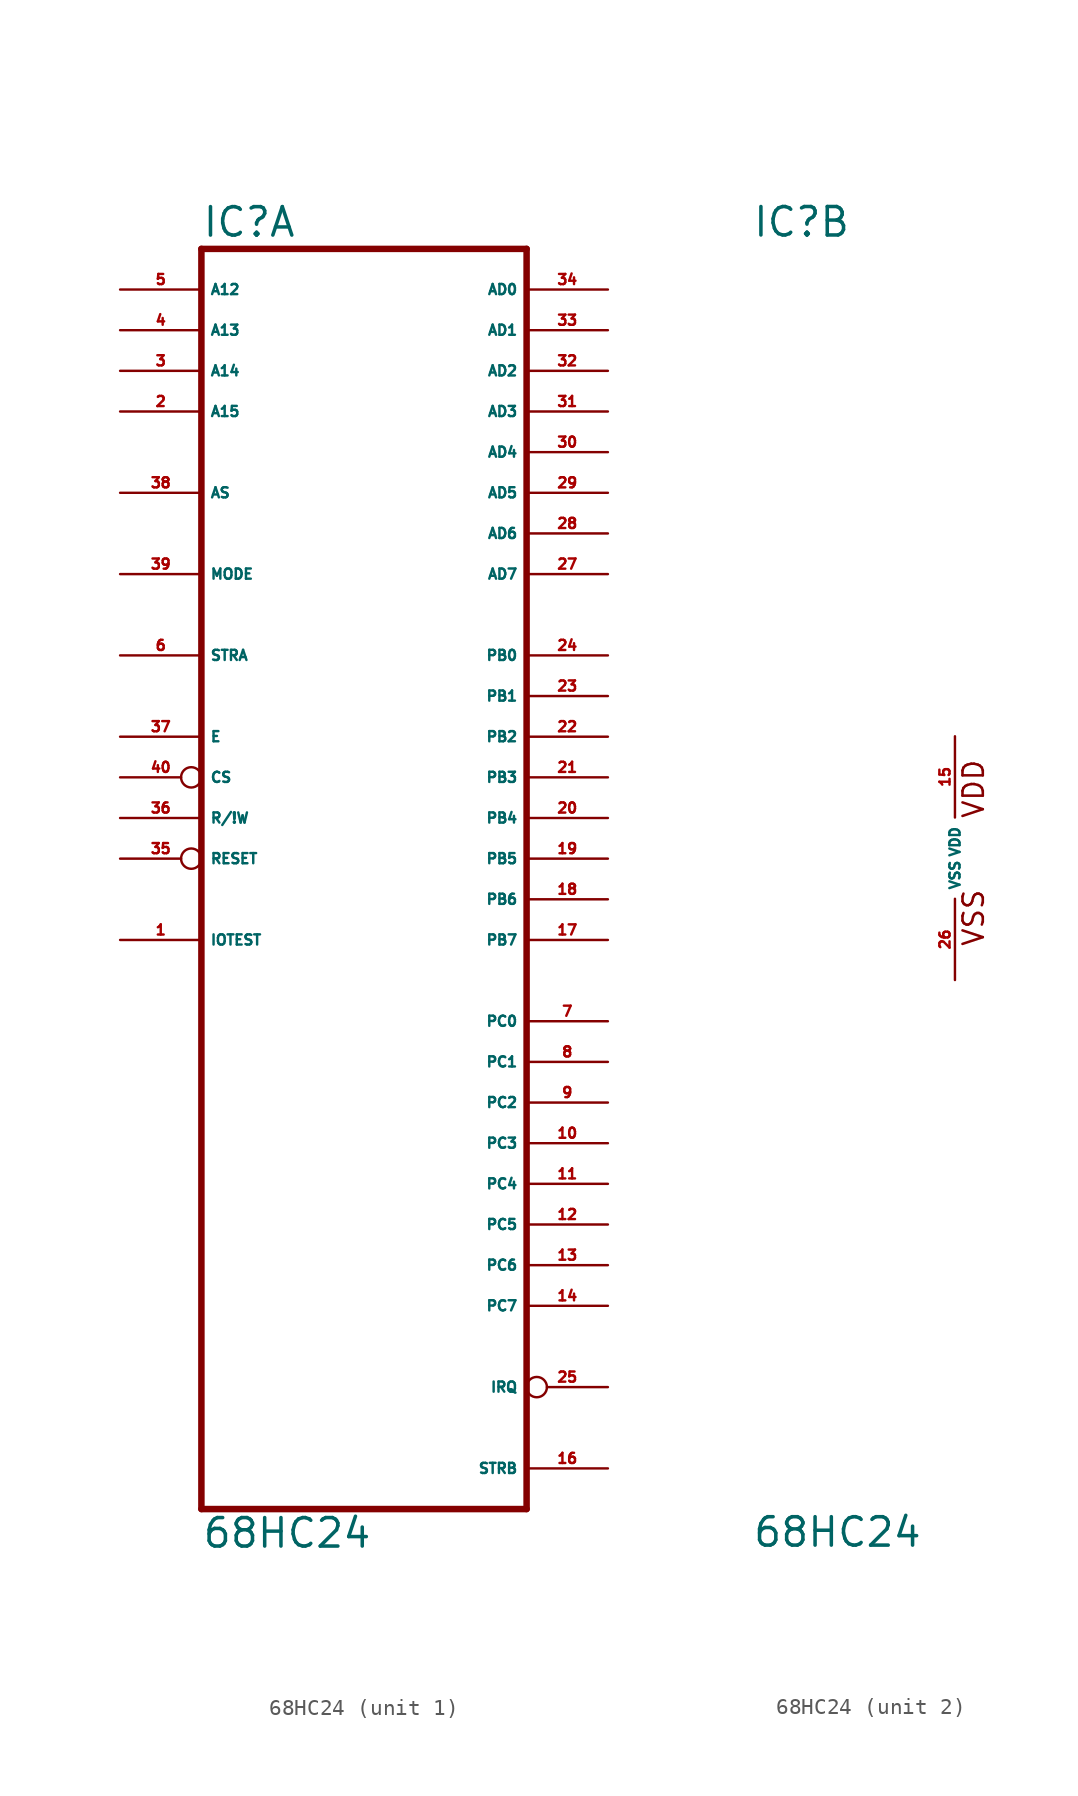
<source format=kicad_sym>
(kicad_symbol_lib
  (version 20220914)
  (generator Eagle2Kicad)
  (symbol "68HC24"
    (property "Reference" "IC"
      (at -12.7 38.735 0)
      (effects (font (size 1.778 1.778) (thickness 0.22)) (justify left bottom)))
    (property "Value" "68HC24"
      (at -12.7 -43.18 0)
      (effects (font (size 1.778 1.778) (thickness 0.22)) (justify left bottom)))
    (symbol "68HC24_1_0"
      (polyline (pts (xy -12.7 -40.64) (xy 7.62 -40.64)) (stroke (width 0.406) (type default)) (fill (type none)))
      (polyline (pts (xy 7.62 -40.64) (xy 7.62 38.1)) (stroke (width 0.406) (type default)) (fill (type none)))
      (polyline (pts (xy 7.62 38.1) (xy -12.7 38.1)) (stroke (width 0.406) (type default)) (fill (type none)))
      (polyline (pts (xy -12.7 38.1) (xy -12.7 -40.64)) (stroke (width 0.406) (type default)) (fill (type none)))
      (pin input line (at -17.78 -5.08 0) (length 5.08) (name "IOTEST" (effects (font (size 0.635 0.635) (thickness 0.08)) (justify left bottom))) (number "1" (effects (font (size 0.635 0.635) (thickness 0.08)) (justify left bottom))))
      (pin input line (at -17.78 27.94 0) (length 5.08) (name "A15" (effects (font (size 0.635 0.635) (thickness 0.08)) (justify left bottom))) (number "2" (effects (font (size 0.635 0.635) (thickness 0.08)) (justify left bottom))))
      (pin input line (at -17.78 30.48 0) (length 5.08) (name "A14" (effects (font (size 0.635 0.635) (thickness 0.08)) (justify left bottom))) (number "3" (effects (font (size 0.635 0.635) (thickness 0.08)) (justify left bottom))))
      (pin input line (at -17.78 33.02 0) (length 5.08) (name "A13" (effects (font (size 0.635 0.635) (thickness 0.08)) (justify left bottom))) (number "4" (effects (font (size 0.635 0.635) (thickness 0.08)) (justify left bottom))))
      (pin input line (at -17.78 35.56 0) (length 5.08) (name "A12" (effects (font (size 0.635 0.635) (thickness 0.08)) (justify left bottom))) (number "5" (effects (font (size 0.635 0.635) (thickness 0.08)) (justify left bottom))))
      (pin input line (at -17.78 12.7 0) (length 5.08) (name "STRA" (effects (font (size 0.635 0.635) (thickness 0.08)) (justify left bottom))) (number "6" (effects (font (size 0.635 0.635) (thickness 0.08)) (justify left bottom))))
      (pin bidirectional line (at 12.7 -10.16 180) (length 5.08) (name "PC0" (effects (font (size 0.635 0.635) (thickness 0.08)) (justify left bottom))) (number "7" (effects (font (size 0.635 0.635) (thickness 0.08)) (justify left bottom))))
      (pin bidirectional line (at 12.7 -12.7 180) (length 5.08) (name "PC1" (effects (font (size 0.635 0.635) (thickness 0.08)) (justify left bottom))) (number "8" (effects (font (size 0.635 0.635) (thickness 0.08)) (justify left bottom))))
      (pin bidirectional line (at 12.7 -15.24 180) (length 5.08) (name "PC2" (effects (font (size 0.635 0.635) (thickness 0.08)) (justify left bottom))) (number "9" (effects (font (size 0.635 0.635) (thickness 0.08)) (justify left bottom))))
      (pin bidirectional line (at 12.7 -17.78 180) (length 5.08) (name "PC3" (effects (font (size 0.635 0.635) (thickness 0.08)) (justify left bottom))) (number "10" (effects (font (size 0.635 0.635) (thickness 0.08)) (justify left bottom))))
      (pin bidirectional line (at 12.7 -20.32 180) (length 5.08) (name "PC4" (effects (font (size 0.635 0.635) (thickness 0.08)) (justify left bottom))) (number "11" (effects (font (size 0.635 0.635) (thickness 0.08)) (justify left bottom))))
      (pin bidirectional line (at 12.7 -22.86 180) (length 5.08) (name "PC5" (effects (font (size 0.635 0.635) (thickness 0.08)) (justify left bottom))) (number "12" (effects (font (size 0.635 0.635) (thickness 0.08)) (justify left bottom))))
      (pin bidirectional line (at 12.7 -25.4 180) (length 5.08) (name "PC6" (effects (font (size 0.635 0.635) (thickness 0.08)) (justify left bottom))) (number "13" (effects (font (size 0.635 0.635) (thickness 0.08)) (justify left bottom))))
      (pin bidirectional line (at 12.7 -27.94 180) (length 5.08) (name "PC7" (effects (font (size 0.635 0.635) (thickness 0.08)) (justify left bottom))) (number "14" (effects (font (size 0.635 0.635) (thickness 0.08)) (justify left bottom))))
      (pin output line (at 12.7 -38.1 180) (length 5.08) (name "STRB" (effects (font (size 0.635 0.635) (thickness 0.08)) (justify left bottom))) (number "16" (effects (font (size 0.635 0.635) (thickness 0.08)) (justify left bottom))))
      (pin output line (at 12.7 -5.08 180) (length 5.08) (name "PB7" (effects (font (size 0.635 0.635) (thickness 0.08)) (justify left bottom))) (number "17" (effects (font (size 0.635 0.635) (thickness 0.08)) (justify left bottom))))
      (pin output line (at 12.7 -2.54 180) (length 5.08) (name "PB6" (effects (font (size 0.635 0.635) (thickness 0.08)) (justify left bottom))) (number "18" (effects (font (size 0.635 0.635) (thickness 0.08)) (justify left bottom))))
      (pin output line (at 12.7 0 180) (length 5.08) (name "PB5" (effects (font (size 0.635 0.635) (thickness 0.08)) (justify left bottom))) (number "19" (effects (font (size 0.635 0.635) (thickness 0.08)) (justify left bottom))))
      (pin output line (at 12.7 2.54 180) (length 5.08) (name "PB4" (effects (font (size 0.635 0.635) (thickness 0.08)) (justify left bottom))) (number "20" (effects (font (size 0.635 0.635) (thickness 0.08)) (justify left bottom))))
      (pin output line (at 12.7 5.08 180) (length 5.08) (name "PB3" (effects (font (size 0.635 0.635) (thickness 0.08)) (justify left bottom))) (number "21" (effects (font (size 0.635 0.635) (thickness 0.08)) (justify left bottom))))
      (pin output line (at 12.7 7.62 180) (length 5.08) (name "PB2" (effects (font (size 0.635 0.635) (thickness 0.08)) (justify left bottom))) (number "22" (effects (font (size 0.635 0.635) (thickness 0.08)) (justify left bottom))))
      (pin output line (at 12.7 10.16 180) (length 5.08) (name "PB1" (effects (font (size 0.635 0.635) (thickness 0.08)) (justify left bottom))) (number "23" (effects (font (size 0.635 0.635) (thickness 0.08)) (justify left bottom))))
      (pin output line (at 12.7 12.7 180) (length 5.08) (name "PB0" (effects (font (size 0.635 0.635) (thickness 0.08)) (justify left bottom))) (number "24" (effects (font (size 0.635 0.635) (thickness 0.08)) (justify left bottom))))
      (pin output inverted (at 12.7 -33.02 180) (length 5.08) (name "IRQ" (effects (font (size 0.635 0.635) (thickness 0.08)) (justify left bottom))) (number "25" (effects (font (size 0.635 0.635) (thickness 0.08)) (justify left bottom))))
      (pin bidirectional line (at 12.7 17.78 180) (length 5.08) (name "AD7" (effects (font (size 0.635 0.635) (thickness 0.08)) (justify left bottom))) (number "27" (effects (font (size 0.635 0.635) (thickness 0.08)) (justify left bottom))))
      (pin bidirectional line (at 12.7 20.32 180) (length 5.08) (name "AD6" (effects (font (size 0.635 0.635) (thickness 0.08)) (justify left bottom))) (number "28" (effects (font (size 0.635 0.635) (thickness 0.08)) (justify left bottom))))
      (pin bidirectional line (at 12.7 22.86 180) (length 5.08) (name "AD5" (effects (font (size 0.635 0.635) (thickness 0.08)) (justify left bottom))) (number "29" (effects (font (size 0.635 0.635) (thickness 0.08)) (justify left bottom))))
      (pin bidirectional line (at 12.7 25.4 180) (length 5.08) (name "AD4" (effects (font (size 0.635 0.635) (thickness 0.08)) (justify left bottom))) (number "30" (effects (font (size 0.635 0.635) (thickness 0.08)) (justify left bottom))))
      (pin bidirectional line (at 12.7 27.94 180) (length 5.08) (name "AD3" (effects (font (size 0.635 0.635) (thickness 0.08)) (justify left bottom))) (number "31" (effects (font (size 0.635 0.635) (thickness 0.08)) (justify left bottom))))
      (pin bidirectional line (at 12.7 30.48 180) (length 5.08) (name "AD2" (effects (font (size 0.635 0.635) (thickness 0.08)) (justify left bottom))) (number "32" (effects (font (size 0.635 0.635) (thickness 0.08)) (justify left bottom))))
      (pin bidirectional line (at 12.7 33.02 180) (length 5.08) (name "AD1" (effects (font (size 0.635 0.635) (thickness 0.08)) (justify left bottom))) (number "33" (effects (font (size 0.635 0.635) (thickness 0.08)) (justify left bottom))))
      (pin bidirectional line (at 12.7 35.56 180) (length 5.08) (name "AD0" (effects (font (size 0.635 0.635) (thickness 0.08)) (justify left bottom))) (number "34" (effects (font (size 0.635 0.635) (thickness 0.08)) (justify left bottom))))
      (pin input inverted (at -17.78 0 0) (length 5.08) (name "RESET" (effects (font (size 0.635 0.635) (thickness 0.08)) (justify left bottom))) (number "35" (effects (font (size 0.635 0.635) (thickness 0.08)) (justify left bottom))))
      (pin input line (at -17.78 2.54 0) (length 5.08) (name "R/!W" (effects (font (size 0.635 0.635) (thickness 0.08)) (justify left bottom))) (number "36" (effects (font (size 0.635 0.635) (thickness 0.08)) (justify left bottom))))
      (pin input line (at -17.78 7.62 0) (length 5.08) (name "E" (effects (font (size 0.635 0.635) (thickness 0.08)) (justify left bottom))) (number "37" (effects (font (size 0.635 0.635) (thickness 0.08)) (justify left bottom))))
      (pin input line (at -17.78 22.86 0) (length 5.08) (name "AS" (effects (font (size 0.635 0.635) (thickness 0.08)) (justify left bottom))) (number "38" (effects (font (size 0.635 0.635) (thickness 0.08)) (justify left bottom))))
      (pin input line (at -17.78 17.78 0) (length 5.08) (name "MODE" (effects (font (size 0.635 0.635) (thickness 0.08)) (justify left bottom))) (number "39" (effects (font (size 0.635 0.635) (thickness 0.08)) (justify left bottom))))
      (pin input inverted (at -17.78 5.08 0) (length 5.08) (name "CS" (effects (font (size 0.635 0.635) (thickness 0.08)) (justify left bottom))) (number "40" (effects (font (size 0.635 0.635) (thickness 0.08)) (justify left bottom)))))
    (symbol "68HC24_2_0"
      (text "VSS" (at 1.905 -5.588 900) (effects (font (size 1.27 1.27) (thickness 0.16)) (justify left bottom)))
      (text "VDD" (at 1.905 2.413 900) (effects (font (size 1.27 1.27) (thickness 0.16)) (justify left bottom)))
      (pin unspecified line (at 0 -7.62 90) (length 5.08) (name "VSS" (effects (font (size 0.635 0.635) (thickness 0.08)) (justify left bottom))) (number "26" (effects (font (size 0.635 0.635) (thickness 0.08)) (justify left bottom))))
      (pin unspecified line (at 0 7.62 270) (length 5.08) (name "VDD" (effects (font (size 0.635 0.635) (thickness 0.08)) (justify left bottom))) (number "15" (effects (font (size 0.635 0.635) (thickness 0.08)) (justify left bottom)))))))
</source>
